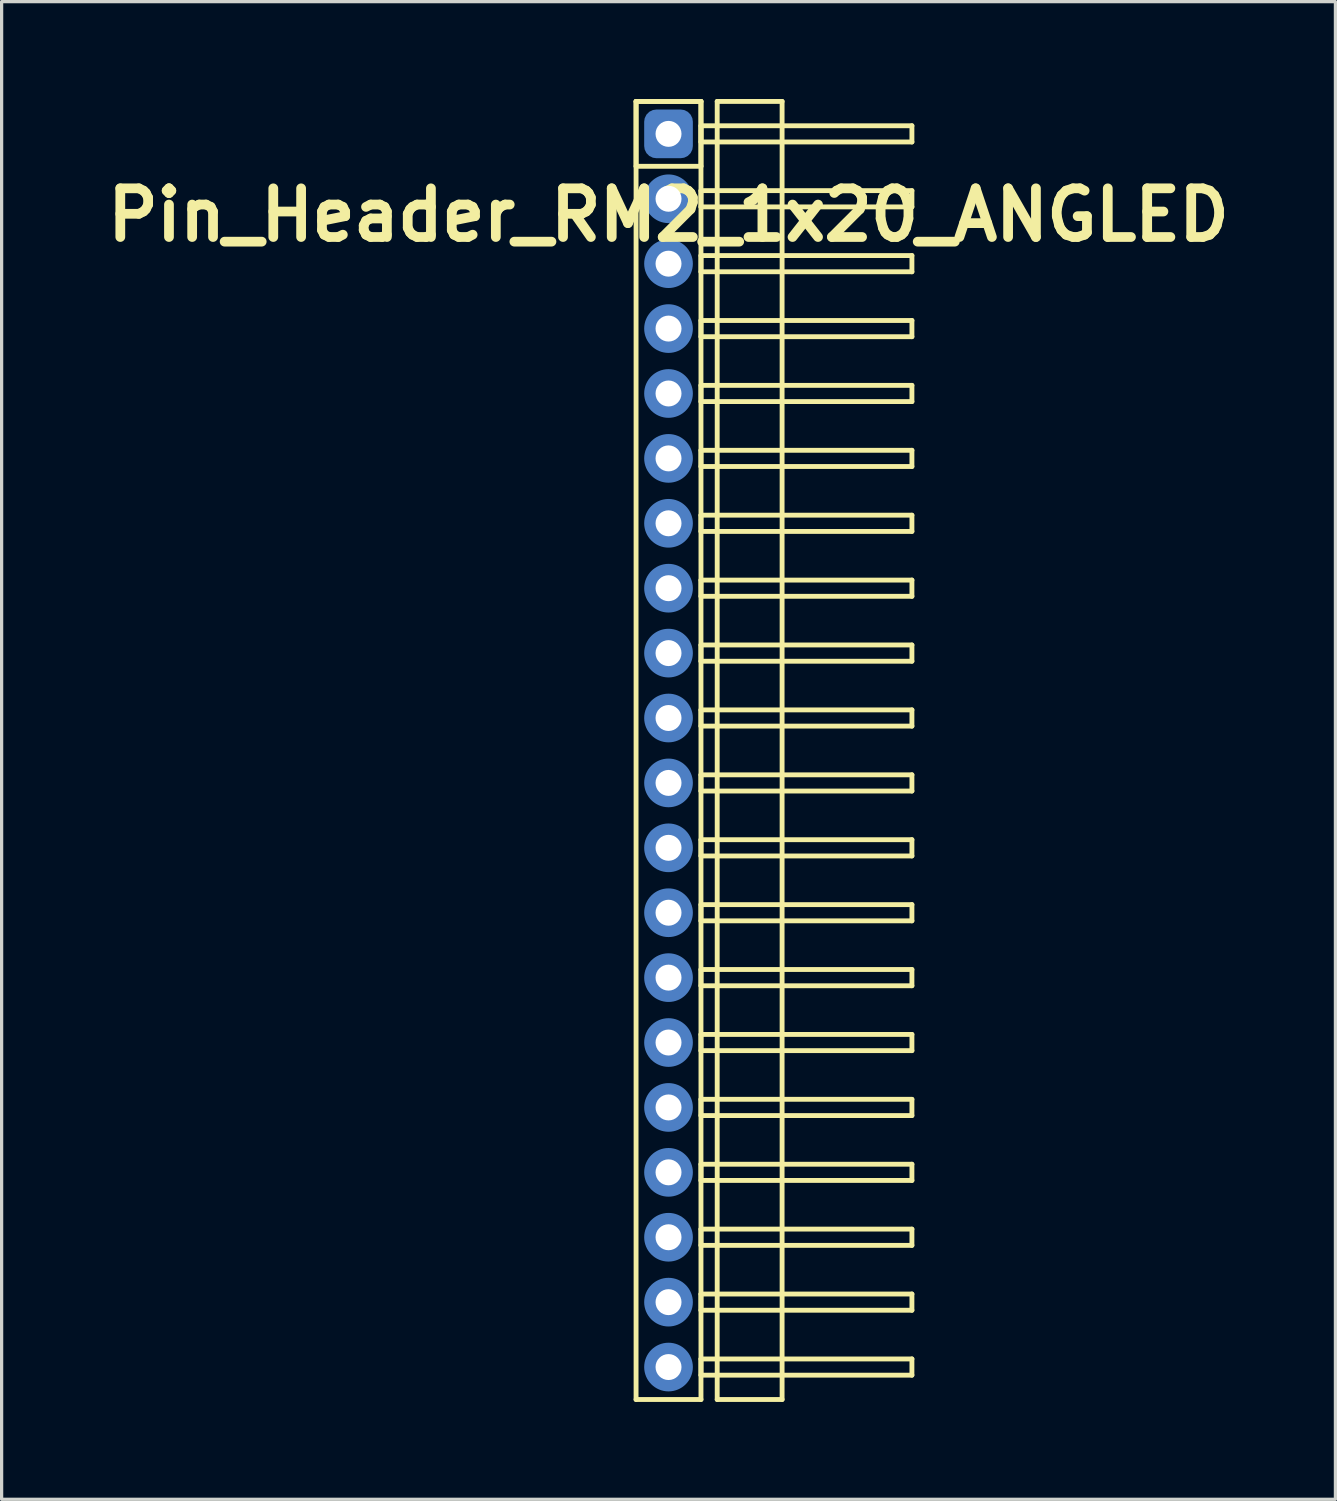
<source format=kicad_pcb>
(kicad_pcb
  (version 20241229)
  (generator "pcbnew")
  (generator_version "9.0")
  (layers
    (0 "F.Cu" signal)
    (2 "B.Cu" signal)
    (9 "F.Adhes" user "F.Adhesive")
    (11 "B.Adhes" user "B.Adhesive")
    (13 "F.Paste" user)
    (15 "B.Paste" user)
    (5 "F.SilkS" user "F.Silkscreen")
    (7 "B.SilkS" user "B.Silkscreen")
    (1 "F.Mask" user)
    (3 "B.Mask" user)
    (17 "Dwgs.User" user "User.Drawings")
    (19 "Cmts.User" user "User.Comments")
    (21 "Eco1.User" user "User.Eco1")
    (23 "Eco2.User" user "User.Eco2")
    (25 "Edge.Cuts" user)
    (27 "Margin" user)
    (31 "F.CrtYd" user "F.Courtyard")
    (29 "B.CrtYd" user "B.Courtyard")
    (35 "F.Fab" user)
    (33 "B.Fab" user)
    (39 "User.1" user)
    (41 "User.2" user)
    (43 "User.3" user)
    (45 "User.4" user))
  (footprint "Pin_Header_RM2_1x20_ANGLED"
    (layer "F.Cu")
    (at 17.55 1.075)
    (property "Reference" "Pin_Header_RM2_1x20_ANGLED" (at 0 2.5 0) (layer "F.SilkS") (effects (font (size 1.5 1.5) (thickness 0.3))))
    (attr through_hole)
    (fp_line (start -1 -1) (end 1 -1) (stroke (width 0.15) (type solid)) (layer "F.SilkS"))
    (fp_line (start -1 -1) (end 1 -1) (stroke (width 0.15) (type solid)) (layer "F.SilkS"))
    (fp_line (start -1 1) (end -1 -1) (stroke (width 0.15) (type solid)) (layer "F.SilkS"))
    (fp_line (start -1 39) (end -1 -1) (stroke (width 0.15) (type solid)) (layer "F.SilkS"))
    (fp_line (start 1 -1) (end 1 1) (stroke (width 0.15) (type solid)) (layer "F.SilkS"))
    (fp_line (start 1 -1) (end 1 39) (stroke (width 0.15) (type solid)) (layer "F.SilkS"))
    (fp_line (start 1 -0.25) (end 7.5 -0.25) (stroke (width 0.15) (type solid)) (layer "F.SilkS"))
    (fp_line (start 1 0.25) (end 1 -0.25) (stroke (width 0.15) (type solid)) (layer "F.SilkS"))
    (fp_line (start 1 1) (end -1 1) (stroke (width 0.15) (type solid)) (layer "F.SilkS"))
    (fp_line (start 1 1.75) (end 7.5 1.75) (stroke (width 0.15) (type solid)) (layer "F.SilkS"))
    (fp_line (start 1 2.25) (end 1 1.75) (stroke (width 0.15) (type solid)) (layer "F.SilkS"))
    (fp_line (start 1 3.75) (end 7.5 3.75) (stroke (width 0.15) (type solid)) (layer "F.SilkS"))
    (fp_line (start 1 4.25) (end 1 3.75) (stroke (width 0.15) (type solid)) (layer "F.SilkS"))
    (fp_line (start 1 5.75) (end 7.5 5.75) (stroke (width 0.15) (type solid)) (layer "F.SilkS"))
    (fp_line (start 1 6.25) (end 1 5.75) (stroke (width 0.15) (type solid)) (layer "F.SilkS"))
    (fp_line (start 1 7.75) (end 7.5 7.75) (stroke (width 0.15) (type solid)) (layer "F.SilkS"))
    (fp_line (start 1 8.25) (end 1 7.75) (stroke (width 0.15) (type solid)) (layer "F.SilkS"))
    (fp_line (start 1 9.75) (end 7.5 9.75) (stroke (width 0.15) (type solid)) (layer "F.SilkS"))
    (fp_line (start 1 10.25) (end 1 9.75) (stroke (width 0.15) (type solid)) (layer "F.SilkS"))
    (fp_line (start 1 11.75) (end 7.5 11.75) (stroke (width 0.15) (type solid)) (layer "F.SilkS"))
    (fp_line (start 1 12.25) (end 1 11.75) (stroke (width 0.15) (type solid)) (layer "F.SilkS"))
    (fp_line (start 1 13.75) (end 7.5 13.75) (stroke (width 0.15) (type solid)) (layer "F.SilkS"))
    (fp_line (start 1 14.25) (end 1 13.75) (stroke (width 0.15) (type solid)) (layer "F.SilkS"))
    (fp_line (start 1 15.75) (end 7.5 15.75) (stroke (width 0.15) (type solid)) (layer "F.SilkS"))
    (fp_line (start 1 16.25) (end 1 15.75) (stroke (width 0.15) (type solid)) (layer "F.SilkS"))
    (fp_line (start 1 17.75) (end 7.5 17.75) (stroke (width 0.15) (type solid)) (layer "F.SilkS"))
    (fp_line (start 1 18.25) (end 1 17.75) (stroke (width 0.15) (type solid)) (layer "F.SilkS"))
    (fp_line (start 1 19.75) (end 7.5 19.75) (stroke (width 0.15) (type solid)) (layer "F.SilkS"))
    (fp_line (start 1 20.25) (end 1 19.75) (stroke (width 0.15) (type solid)) (layer "F.SilkS"))
    (fp_line (start 1 21.75) (end 7.5 21.75) (stroke (width 0.15) (type solid)) (layer "F.SilkS"))
    (fp_line (start 1 22.25) (end 1 21.75) (stroke (width 0.15) (type solid)) (layer "F.SilkS"))
    (fp_line (start 1 23.75) (end 7.5 23.75) (stroke (width 0.15) (type solid)) (layer "F.SilkS"))
    (fp_line (start 1 24.25) (end 1 23.75) (stroke (width 0.15) (type solid)) (layer "F.SilkS"))
    (fp_line (start 1 25.75) (end 7.5 25.75) (stroke (width 0.15) (type solid)) (layer "F.SilkS"))
    (fp_line (start 1 26.25) (end 1 25.75) (stroke (width 0.15) (type solid)) (layer "F.SilkS"))
    (fp_line (start 1 27.75) (end 7.5 27.75) (stroke (width 0.15) (type solid)) (layer "F.SilkS"))
    (fp_line (start 1 28.25) (end 1 27.75) (stroke (width 0.15) (type solid)) (layer "F.SilkS"))
    (fp_line (start 1 29.75) (end 7.5 29.75) (stroke (width 0.15) (type solid)) (layer "F.SilkS"))
    (fp_line (start 1 30.25) (end 1 29.75) (stroke (width 0.15) (type solid)) (layer "F.SilkS"))
    (fp_line (start 1 31.75) (end 7.5 31.75) (stroke (width 0.15) (type solid)) (layer "F.SilkS"))
    (fp_line (start 1 32.25) (end 1 31.75) (stroke (width 0.15) (type solid)) (layer "F.SilkS"))
    (fp_line (start 1 33.75) (end 7.5 33.75) (stroke (width 0.15) (type solid)) (layer "F.SilkS"))
    (fp_line (start 1 34.25) (end 1 33.75) (stroke (width 0.15) (type solid)) (layer "F.SilkS"))
    (fp_line (start 1 35.75) (end 7.5 35.75) (stroke (width 0.15) (type solid)) (layer "F.SilkS"))
    (fp_line (start 1 36.25) (end 1 35.75) (stroke (width 0.15) (type solid)) (layer "F.SilkS"))
    (fp_line (start 1 37.75) (end 7.5 37.75) (stroke (width 0.15) (type solid)) (layer "F.SilkS"))
    (fp_line (start 1 38.25) (end 1 37.75) (stroke (width 0.15) (type solid)) (layer "F.SilkS"))
    (fp_line (start 1 39) (end -1 39) (stroke (width 0.15) (type solid)) (layer "F.SilkS"))
    (fp_line (start 1.5 -1) (end 3.5 -1) (stroke (width 0.15) (type solid)) (layer "F.SilkS"))
    (fp_line (start 1.5 39) (end 1.5 -1) (stroke (width 0.15) (type solid)) (layer "F.SilkS"))
    (fp_line (start 3.5 -1) (end 3.5 39) (stroke (width 0.15) (type solid)) (layer "F.SilkS"))
    (fp_line (start 3.5 39) (end 1.5 39) (stroke (width 0.15) (type solid)) (layer "F.SilkS"))
    (fp_line (start 7.5 -0.25) (end 7.5 0.25) (stroke (width 0.15) (type solid)) (layer "F.SilkS"))
    (fp_line (start 7.5 0.25) (end 1 0.25) (stroke (width 0.15) (type solid)) (layer "F.SilkS"))
    (fp_line (start 7.5 1.75) (end 7.5 2.25) (stroke (width 0.15) (type solid)) (layer "F.SilkS"))
    (fp_line (start 7.5 2.25) (end 1 2.25) (stroke (width 0.15) (type solid)) (layer "F.SilkS"))
    (fp_line (start 7.5 3.75) (end 7.5 4.25) (stroke (width 0.15) (type solid)) (layer "F.SilkS"))
    (fp_line (start 7.5 4.25) (end 1 4.25) (stroke (width 0.15) (type solid)) (layer "F.SilkS"))
    (fp_line (start 7.5 5.75) (end 7.5 6.25) (stroke (width 0.15) (type solid)) (layer "F.SilkS"))
    (fp_line (start 7.5 6.25) (end 1 6.25) (stroke (width 0.15) (type solid)) (layer "F.SilkS"))
    (fp_line (start 7.5 7.75) (end 7.5 8.25) (stroke (width 0.15) (type solid)) (layer "F.SilkS"))
    (fp_line (start 7.5 8.25) (end 1 8.25) (stroke (width 0.15) (type solid)) (layer "F.SilkS"))
    (fp_line (start 7.5 9.75) (end 7.5 10.25) (stroke (width 0.15) (type solid)) (layer "F.SilkS"))
    (fp_line (start 7.5 10.25) (end 1 10.25) (stroke (width 0.15) (type solid)) (layer "F.SilkS"))
    (fp_line (start 7.5 11.75) (end 7.5 12.25) (stroke (width 0.15) (type solid)) (layer "F.SilkS"))
    (fp_line (start 7.5 12.25) (end 1 12.25) (stroke (width 0.15) (type solid)) (layer "F.SilkS"))
    (fp_line (start 7.5 13.75) (end 7.5 14.25) (stroke (width 0.15) (type solid)) (layer "F.SilkS"))
    (fp_line (start 7.5 14.25) (end 1 14.25) (stroke (width 0.15) (type solid)) (layer "F.SilkS"))
    (fp_line (start 7.5 15.75) (end 7.5 16.25) (stroke (width 0.15) (type solid)) (layer "F.SilkS"))
    (fp_line (start 7.5 16.25) (end 1 16.25) (stroke (width 0.15) (type solid)) (layer "F.SilkS"))
    (fp_line (start 7.5 17.75) (end 7.5 18.25) (stroke (width 0.15) (type solid)) (layer "F.SilkS"))
    (fp_line (start 7.5 18.25) (end 1 18.25) (stroke (width 0.15) (type solid)) (layer "F.SilkS"))
    (fp_line (start 7.5 19.75) (end 7.5 20.25) (stroke (width 0.15) (type solid)) (layer "F.SilkS"))
    (fp_line (start 7.5 20.25) (end 1 20.25) (stroke (width 0.15) (type solid)) (layer "F.SilkS"))
    (fp_line (start 7.5 21.75) (end 7.5 22.25) (stroke (width 0.15) (type solid)) (layer "F.SilkS"))
    (fp_line (start 7.5 22.25) (end 1 22.25) (stroke (width 0.15) (type solid)) (layer "F.SilkS"))
    (fp_line (start 7.5 23.75) (end 7.5 24.25) (stroke (width 0.15) (type solid)) (layer "F.SilkS"))
    (fp_line (start 7.5 24.25) (end 1 24.25) (stroke (width 0.15) (type solid)) (layer "F.SilkS"))
    (fp_line (start 7.5 25.75) (end 7.5 26.25) (stroke (width 0.15) (type solid)) (layer "F.SilkS"))
    (fp_line (start 7.5 26.25) (end 1 26.25) (stroke (width 0.15) (type solid)) (layer "F.SilkS"))
    (fp_line (start 7.5 27.75) (end 7.5 28.25) (stroke (width 0.15) (type solid)) (layer "F.SilkS"))
    (fp_line (start 7.5 28.25) (end 1 28.25) (stroke (width 0.15) (type solid)) (layer "F.SilkS"))
    (fp_line (start 7.5 29.75) (end 7.5 30.25) (stroke (width 0.15) (type solid)) (layer "F.SilkS"))
    (fp_line (start 7.5 30.25) (end 1 30.25) (stroke (width 0.15) (type solid)) (layer "F.SilkS"))
    (fp_line (start 7.5 31.75) (end 7.5 32.25) (stroke (width 0.15) (type solid)) (layer "F.SilkS"))
    (fp_line (start 7.5 32.25) (end 1 32.25) (stroke (width 0.15) (type solid)) (layer "F.SilkS"))
    (fp_line (start 7.5 33.75) (end 7.5 34.25) (stroke (width 0.15) (type solid)) (layer "F.SilkS"))
    (fp_line (start 7.5 34.25) (end 1 34.25) (stroke (width 0.15) (type solid)) (layer "F.SilkS"))
    (fp_line (start 7.5 35.75) (end 7.5 36.25) (stroke (width 0.15) (type solid)) (layer "F.SilkS"))
    (fp_line (start 7.5 36.25) (end 1 36.25) (stroke (width 0.15) (type solid)) (layer "F.SilkS"))
    (fp_line (start 7.5 37.75) (end 7.5 38.25) (stroke (width 0.15) (type solid)) (layer "F.SilkS"))
    (fp_line (start 7.5 38.25) (end 1 38.25) (stroke (width 0.15) (type solid)) (layer "F.SilkS"))
    (pad "1" thru_hole circle (at 0 0) (size 1.1 1.1) (drill 0.8) (layers "*.Cu" "*.Mask"))
    (pad "1" smd roundrect (at 0 0) (size 1.25 1.25) (layers "F.Cu" "F.Mask") (roundrect_rratio 0.25))
    (pad "1" smd roundrect (at 0 0) (size 1.5 1.5) (layers "B.Cu" "B.Mask") (roundrect_rratio 0.25))
    (pad "2" thru_hole circle (at 0 2) (size 1.1 1.1) (drill 0.8) (layers "*.Cu" "*.Mask"))
    (pad "2" smd circle (at 0 2) (size 1.25 1.25) (layers "F.Cu" "F.Mask"))
    (pad "2" smd circle (at 0 2) (size 1.5 1.5) (layers "B.Cu" "B.Mask"))
    (pad "3" thru_hole circle (at 0 4) (size 1.1 1.1) (drill 0.8) (layers "*.Cu" "*.Mask"))
    (pad "3" smd circle (at 0 4) (size 1.25 1.25) (layers "F.Cu" "F.Mask"))
    (pad "3" smd circle (at 0 4) (size 1.5 1.5) (layers "B.Cu" "B.Mask"))
    (pad "4" thru_hole circle (at 0 6) (size 1.1 1.1) (drill 0.8) (layers "*.Cu" "*.Mask"))
    (pad "4" smd circle (at 0 6) (size 1.25 1.25) (layers "F.Cu" "F.Mask"))
    (pad "4" smd circle (at 0 6) (size 1.5 1.5) (layers "B.Cu" "B.Mask"))
    (pad "5" thru_hole circle (at 0 8) (size 1.1 1.1) (drill 0.8) (layers "*.Cu" "*.Mask"))
    (pad "5" smd circle (at 0 8) (size 1.25 1.25) (layers "F.Cu" "F.Mask"))
    (pad "5" smd circle (at 0 8) (size 1.5 1.5) (layers "B.Cu" "B.Mask"))
    (pad "6" thru_hole circle (at 0 10) (size 1.1 1.1) (drill 0.8) (layers "*.Cu" "*.Mask"))
    (pad "6" smd circle (at 0 10) (size 1.25 1.25) (layers "F.Cu" "F.Mask"))
    (pad "6" smd circle (at 0 10) (size 1.5 1.5) (layers "B.Cu" "B.Mask"))
    (pad "7" thru_hole circle (at 0 12) (size 1.1 1.1) (drill 0.8) (layers "*.Cu" "*.Mask"))
    (pad "7" smd circle (at 0 12) (size 1.25 1.25) (layers "F.Cu" "F.Mask"))
    (pad "7" smd circle (at 0 12) (size 1.5 1.5) (layers "B.Cu" "B.Mask"))
    (pad "8" thru_hole circle (at 0 14) (size 1.1 1.1) (drill 0.8) (layers "*.Cu" "*.Mask"))
    (pad "8" smd circle (at 0 14) (size 1.25 1.25) (layers "F.Cu" "F.Mask"))
    (pad "8" smd circle (at 0 14) (size 1.5 1.5) (layers "B.Cu" "B.Mask"))
    (pad "9" thru_hole circle (at 0 16) (size 1.1 1.1) (drill 0.8) (layers "*.Cu" "*.Mask"))
    (pad "9" smd circle (at 0 16) (size 1.25 1.25) (layers "F.Cu" "F.Mask"))
    (pad "9" smd circle (at 0 16) (size 1.5 1.5) (layers "B.Cu" "B.Mask"))
    (pad "10" thru_hole circle (at 0 18) (size 1.1 1.1) (drill 0.8) (layers "*.Cu" "*.Mask"))
    (pad "10" smd circle (at 0 18) (size 1.25 1.25) (layers "F.Cu" "F.Mask"))
    (pad "10" smd circle (at 0 18) (size 1.5 1.5) (layers "B.Cu" "B.Mask"))
    (pad "11" thru_hole circle (at 0 20) (size 1.1 1.1) (drill 0.8) (layers "*.Cu" "*.Mask"))
    (pad "11" smd circle (at 0 20) (size 1.25 1.25) (layers "F.Cu" "F.Mask"))
    (pad "11" smd circle (at 0 20) (size 1.5 1.5) (layers "B.Cu" "B.Mask"))
    (pad "12" thru_hole circle (at 0 22) (size 1.1 1.1) (drill 0.8) (layers "*.Cu" "*.Mask"))
    (pad "12" smd circle (at 0 22) (size 1.25 1.25) (layers "F.Cu" "F.Mask"))
    (pad "12" smd circle (at 0 22) (size 1.5 1.5) (layers "B.Cu" "B.Mask"))
    (pad "13" thru_hole circle (at 0 24) (size 1.1 1.1) (drill 0.8) (layers "*.Cu" "*.Mask"))
    (pad "13" smd circle (at 0 24) (size 1.25 1.25) (layers "F.Cu" "F.Mask"))
    (pad "13" smd circle (at 0 24) (size 1.5 1.5) (layers "B.Cu" "B.Mask"))
    (pad "14" thru_hole circle (at 0 26) (size 1.1 1.1) (drill 0.8) (layers "*.Cu" "*.Mask"))
    (pad "14" smd circle (at 0 26) (size 1.25 1.25) (layers "F.Cu" "F.Mask"))
    (pad "14" smd circle (at 0 26) (size 1.5 1.5) (layers "B.Cu" "B.Mask"))
    (pad "15" thru_hole circle (at 0 28) (size 1.1 1.1) (drill 0.8) (layers "*.Cu" "*.Mask"))
    (pad "15" smd circle (at 0 28) (size 1.25 1.25) (layers "F.Cu" "F.Mask"))
    (pad "15" smd circle (at 0 28) (size 1.5 1.5) (layers "B.Cu" "B.Mask"))
    (pad "16" thru_hole circle (at 0 30) (size 1.1 1.1) (drill 0.8) (layers "*.Cu" "*.Mask"))
    (pad "16" smd circle (at 0 30) (size 1.25 1.25) (layers "F.Cu" "F.Mask"))
    (pad "16" smd circle (at 0 30) (size 1.5 1.5) (layers "B.Cu" "B.Mask"))
    (pad "17" thru_hole circle (at 0 32) (size 1.1 1.1) (drill 0.8) (layers "*.Cu" "*.Mask"))
    (pad "17" smd circle (at 0 32) (size 1.25 1.25) (layers "F.Cu" "F.Mask"))
    (pad "17" smd circle (at 0 32) (size 1.5 1.5) (layers "B.Cu" "B.Mask"))
    (pad "18" thru_hole circle (at 0 34) (size 1.1 1.1) (drill 0.8) (layers "*.Cu" "*.Mask"))
    (pad "18" smd circle (at 0 34) (size 1.25 1.25) (layers "F.Cu" "F.Mask"))
    (pad "18" smd circle (at 0 34) (size 1.5 1.5) (layers "B.Cu" "B.Mask"))
    (pad "19" thru_hole circle (at 0 36) (size 1.1 1.1) (drill 0.8) (layers "*.Cu" "*.Mask"))
    (pad "19" smd circle (at 0 36) (size 1.25 1.25) (layers "F.Cu" "F.Mask"))
    (pad "19" smd circle (at 0 36) (size 1.5 1.5) (layers "B.Cu" "B.Mask"))
    (pad "20" thru_hole circle (at 0 38) (size 1.1 1.1) (drill 0.8) (layers "*.Cu" "*.Mask"))
    (pad "20" smd circle (at 0 38) (size 1.25 1.25) (layers "F.Cu" "F.Mask"))
    (pad "20" smd circle (at 0 38) (size 1.5 1.5) (layers "B.Cu" "B.Mask")))
  (gr_rect
    (start -3 -3)
    (end 38.1 43.15)
    (stroke (width 0.1) (type default))
    (fill no)
    (layer "Edge.Cuts")))
</source>
